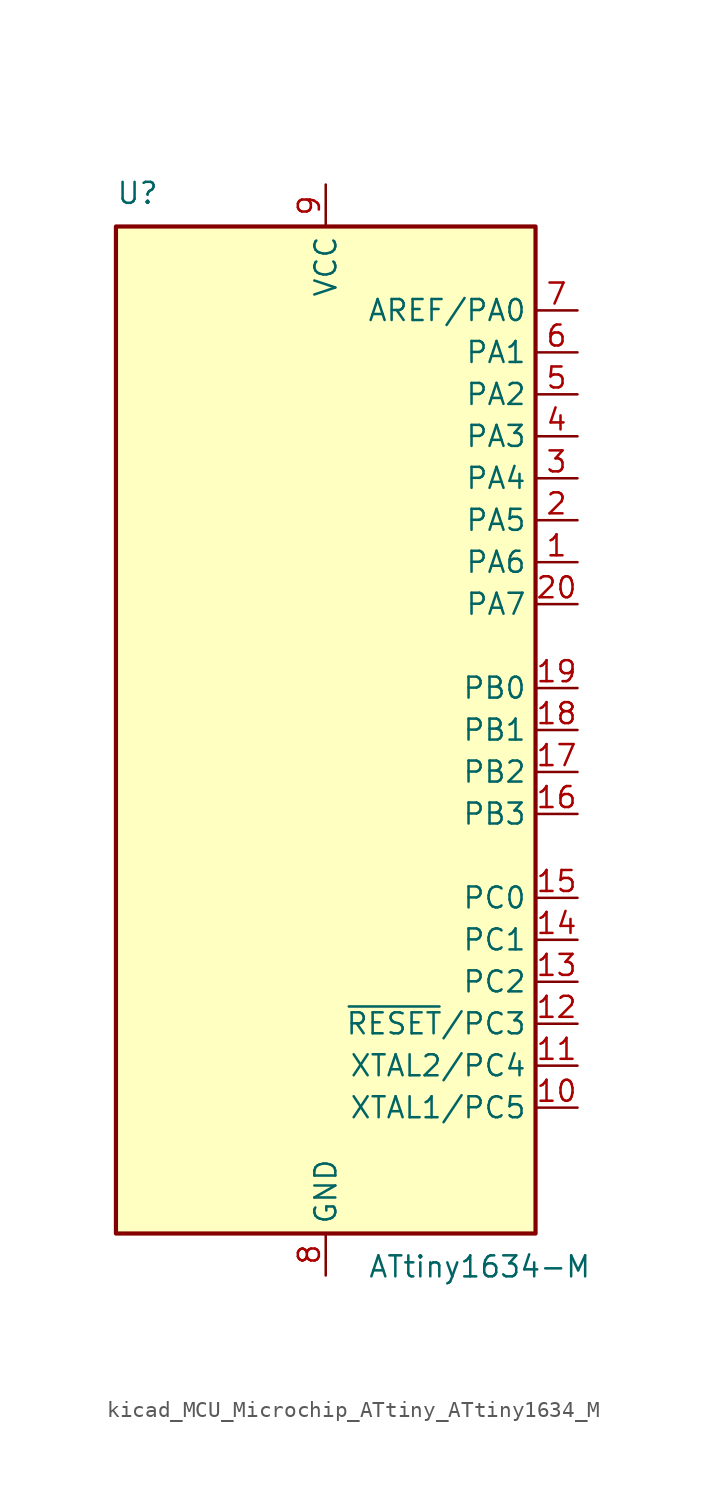
<source format=kicad_sym>
(kicad_symbol_lib
  (version 20220914)
  (generator kicad_symbol_editor)
  (symbol "kicad_MCU_Microchip_ATtiny_ATtiny1634_M"
    (property "Reference" "U"
      (at -12.7 31.75 0)
      (effects (font (size 1.27 1.27)) (justify left bottom)))
    (property "Value" "ATtiny1634-M"
      (at 2.54 -31.75 0)
      (effects (font (size 1.27 1.27)) (justify left top)))
    (symbol "kicad_MCU_Microchip_ATtiny_ATtiny1634_M_0_1"
      (rectangle (start -12.7 -30.48) (end 12.7 30.48) (stroke (width 0.254) (type default)) (fill (type background))))
    (symbol "kicad_MCU_Microchip_ATtiny_ATtiny1634_M_1_1"
      (pin bidirectional line (at 15.24 10.16 180) (length 2.54) (name "PA6" (effects (font (size 1.27 1.27)))) (number "1" (effects (font (size 1.27 1.27)))))
      (pin bidirectional line (at 15.24 -22.86 180) (length 2.54) (name "XTAL1/PC5" (effects (font (size 1.27 1.27)))) (number "10" (effects (font (size 1.27 1.27)))))
      (pin bidirectional line (at 15.24 -20.32 180) (length 2.54) (name "XTAL2/PC4" (effects (font (size 1.27 1.27)))) (number "11" (effects (font (size 1.27 1.27)))))
      (pin bidirectional line (at 15.24 -17.78 180) (length 2.54) (name "~{RESET}/PC3" (effects (font (size 1.27 1.27)))) (number "12" (effects (font (size 1.27 1.27)))))
      (pin bidirectional line (at 15.24 -15.24 180) (length 2.54) (name "PC2" (effects (font (size 1.27 1.27)))) (number "13" (effects (font (size 1.27 1.27)))))
      (pin bidirectional line (at 15.24 -12.7 180) (length 2.54) (name "PC1" (effects (font (size 1.27 1.27)))) (number "14" (effects (font (size 1.27 1.27)))))
      (pin bidirectional line (at 15.24 -10.16 180) (length 2.54) (name "PC0" (effects (font (size 1.27 1.27)))) (number "15" (effects (font (size 1.27 1.27)))))
      (pin bidirectional line (at 15.24 -5.08 180) (length 2.54) (name "PB3" (effects (font (size 1.27 1.27)))) (number "16" (effects (font (size 1.27 1.27)))))
      (pin bidirectional line (at 15.24 -2.54 180) (length 2.54) (name "PB2" (effects (font (size 1.27 1.27)))) (number "17" (effects (font (size 1.27 1.27)))))
      (pin bidirectional line (at 15.24 0 180) (length 2.54) (name "PB1" (effects (font (size 1.27 1.27)))) (number "18" (effects (font (size 1.27 1.27)))))
      (pin bidirectional line (at 15.24 2.54 180) (length 2.54) (name "PB0" (effects (font (size 1.27 1.27)))) (number "19" (effects (font (size 1.27 1.27)))))
      (pin bidirectional line (at 15.24 12.7 180) (length 2.54) (name "PA5" (effects (font (size 1.27 1.27)))) (number "2" (effects (font (size 1.27 1.27)))))
      (pin bidirectional line (at 15.24 7.62 180) (length 2.54) (name "PA7" (effects (font (size 1.27 1.27)))) (number "20" (effects (font (size 1.27 1.27)))))
      (pin passive line (at 0 -33.02 90) (length 2.54) hide (name "GND" (effects (font (size 1.27 1.27)))) (number "21" (effects (font (size 1.27 1.27)))))
      (pin bidirectional line (at 15.24 15.24 180) (length 2.54) (name "PA4" (effects (font (size 1.27 1.27)))) (number "3" (effects (font (size 1.27 1.27)))))
      (pin bidirectional line (at 15.24 17.78 180) (length 2.54) (name "PA3" (effects (font (size 1.27 1.27)))) (number "4" (effects (font (size 1.27 1.27)))))
      (pin bidirectional line (at 15.24 20.32 180) (length 2.54) (name "PA2" (effects (font (size 1.27 1.27)))) (number "5" (effects (font (size 1.27 1.27)))))
      (pin bidirectional line (at 15.24 22.86 180) (length 2.54) (name "PA1" (effects (font (size 1.27 1.27)))) (number "6" (effects (font (size 1.27 1.27)))))
      (pin bidirectional line (at 15.24 25.4 180) (length 2.54) (name "AREF/PA0" (effects (font (size 1.27 1.27)))) (number "7" (effects (font (size 1.27 1.27)))))
      (pin power_in line (at 0 -33.02 90) (length 2.54) (name "GND" (effects (font (size 1.27 1.27)))) (number "8" (effects (font (size 1.27 1.27)))))
      (pin power_in line (at 0 33.02 270) (length 2.54) (name "VCC" (effects (font (size 1.27 1.27)))) (number "9" (effects (font (size 1.27 1.27))))))))
</source>
